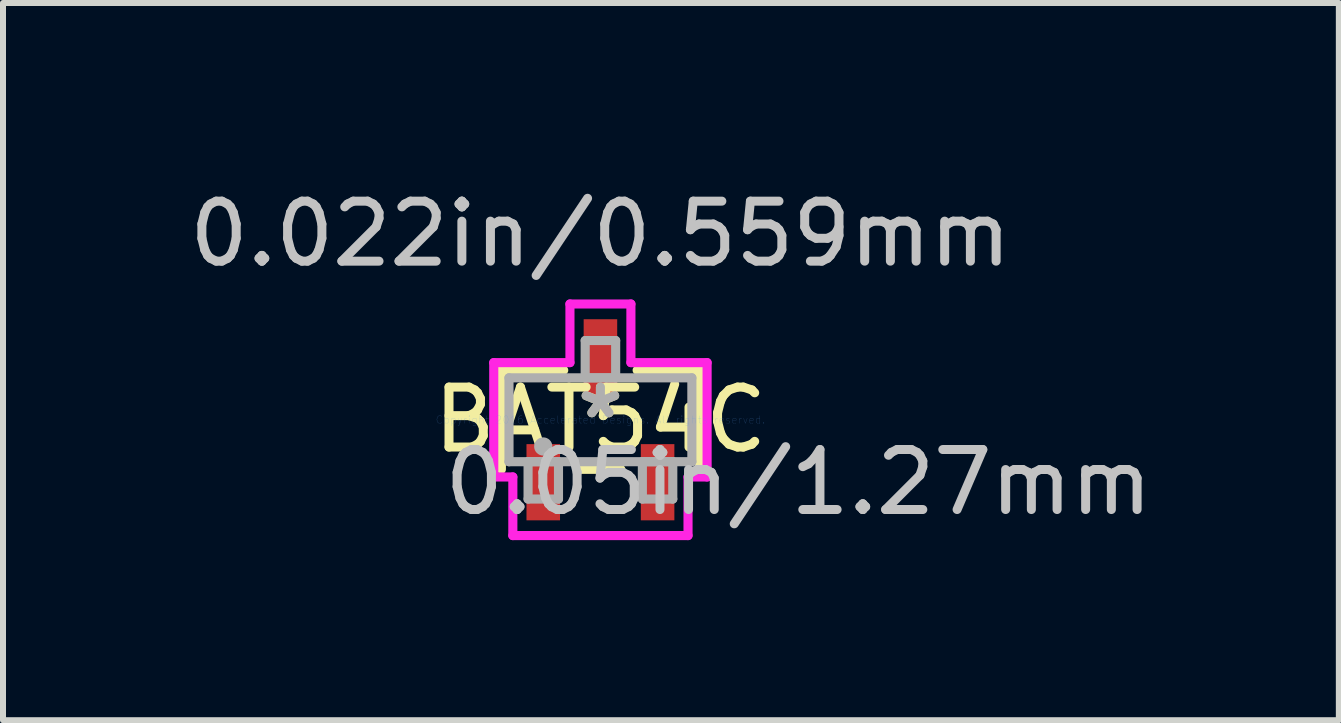
<source format=kicad_pcb>
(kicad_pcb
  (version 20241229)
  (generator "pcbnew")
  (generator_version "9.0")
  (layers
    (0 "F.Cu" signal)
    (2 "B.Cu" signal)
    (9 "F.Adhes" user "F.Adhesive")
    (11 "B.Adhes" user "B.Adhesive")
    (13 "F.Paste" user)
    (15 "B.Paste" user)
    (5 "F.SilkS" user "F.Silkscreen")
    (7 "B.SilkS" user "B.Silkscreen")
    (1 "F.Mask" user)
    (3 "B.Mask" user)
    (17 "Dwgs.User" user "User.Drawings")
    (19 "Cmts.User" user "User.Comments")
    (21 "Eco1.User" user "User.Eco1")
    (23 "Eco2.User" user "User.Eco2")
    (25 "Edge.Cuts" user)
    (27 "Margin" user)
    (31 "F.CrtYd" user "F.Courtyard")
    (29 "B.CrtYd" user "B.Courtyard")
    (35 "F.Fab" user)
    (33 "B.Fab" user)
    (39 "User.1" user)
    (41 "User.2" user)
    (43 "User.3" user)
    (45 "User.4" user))
  (footprint "BAT54C"
    (layer "F.Cu")
    (at 6.958 3.947)
    (property "Reference" "BAT54C" (at 0 0 0) (layer "F.SilkS") (effects (font (size 1 1) (thickness 0.15))))
    (attr through_hole)
    (fp_line (start -1.651 -0.826) (end -1.651 0.826) (stroke (width 0.152) (type solid)) (layer "F.SilkS"))
    (fp_line (start -0.612 -0.826) (end -1.651 -0.826) (stroke (width 0.152) (type solid)) (layer "F.SilkS"))
    (fp_line (start -0.34 0.826) (end 0.34 0.826) (stroke (width 0.152) (type solid)) (layer "F.SilkS"))
    (fp_line (start 1.651 -0.826) (end 0.612 -0.826) (stroke (width 0.152) (type solid)) (layer "F.SilkS"))
    (fp_line (start 1.651 0.826) (end 1.651 -0.826) (stroke (width 0.152) (type solid)) (layer "F.SilkS"))
    (fp_line (start -1.778 -0.953) (end -0.508 -0.953) (stroke (width 0.152) (type solid)) (layer "F.CrtYd"))
    (fp_line (start -1.778 0.953) (end -1.778 -0.953) (stroke (width 0.152) (type solid)) (layer "F.CrtYd"))
    (fp_line (start -1.46 0.953) (end -1.778 0.953) (stroke (width 0.152) (type solid)) (layer "F.CrtYd"))
    (fp_line (start -1.46 1.93) (end -1.46 0.953) (stroke (width 0.152) (type solid)) (layer "F.CrtYd"))
    (fp_line (start -0.508 -1.93) (end 0.508 -1.93) (stroke (width 0.152) (type solid)) (layer "F.CrtYd"))
    (fp_line (start -0.508 -0.953) (end -0.508 -1.93) (stroke (width 0.152) (type solid)) (layer "F.CrtYd"))
    (fp_line (start 0.508 -1.93) (end 0.508 -0.953) (stroke (width 0.152) (type solid)) (layer "F.CrtYd"))
    (fp_line (start 0.508 -0.953) (end 1.778 -0.953) (stroke (width 0.152) (type solid)) (layer "F.CrtYd"))
    (fp_line (start 1.46 0.953) (end 1.46 1.93) (stroke (width 0.152) (type solid)) (layer "F.CrtYd"))
    (fp_line (start 1.46 1.93) (end -1.46 1.93) (stroke (width 0.152) (type solid)) (layer "F.CrtYd"))
    (fp_line (start 1.778 -0.953) (end 1.778 0.953) (stroke (width 0.152) (type solid)) (layer "F.CrtYd"))
    (fp_line (start 1.778 0.953) (end 1.46 0.953) (stroke (width 0.152) (type solid)) (layer "F.CrtYd"))
    (fp_line (start -1.524 -0.699) (end -1.524 0.699) (stroke (width 0.152) (type solid)) (layer "F.Fab"))
    (fp_line (start -1.524 0.699) (end 1.524 0.699) (stroke (width 0.152) (type solid)) (layer "F.Fab"))
    (fp_line (start -1.206 0.699) (end -1.206 1.321) (stroke (width 0.152) (type solid)) (layer "F.Fab"))
    (fp_line (start -1.206 1.321) (end -0.699 1.321) (stroke (width 0.152) (type solid)) (layer "F.Fab"))
    (fp_line (start -0.699 0.699) (end -1.206 0.699) (stroke (width 0.152) (type solid)) (layer "F.Fab"))
    (fp_line (start -0.699 1.321) (end -0.699 0.699) (stroke (width 0.152) (type solid)) (layer "F.Fab"))
    (fp_line (start -0.254 -1.321) (end -0.254 -0.699) (stroke (width 0.152) (type solid)) (layer "F.Fab"))
    (fp_line (start -0.254 -0.699) (end 0.254 -0.699) (stroke (width 0.152) (type solid)) (layer "F.Fab"))
    (fp_line (start 0.254 -1.321) (end -0.254 -1.321) (stroke (width 0.152) (type solid)) (layer "F.Fab"))
    (fp_line (start 0.254 -0.699) (end 0.254 -1.321) (stroke (width 0.152) (type solid)) (layer "F.Fab"))
    (fp_line (start 0.699 0.699) (end 0.699 1.321) (stroke (width 0.152) (type solid)) (layer "F.Fab"))
    (fp_line (start 0.699 1.321) (end 1.206 1.321) (stroke (width 0.152) (type solid)) (layer "F.Fab"))
    (fp_line (start 1.206 0.699) (end 0.699 0.699) (stroke (width 0.152) (type solid)) (layer "F.Fab"))
    (fp_line (start 1.206 1.321) (end 1.206 0.699) (stroke (width 0.152) (type solid)) (layer "F.Fab"))
    (fp_line (start 1.524 -0.699) (end -1.524 -0.699) (stroke (width 0.152) (type solid)) (layer "F.Fab"))
    (fp_line (start 1.524 0.699) (end 1.524 -0.699) (stroke (width 0.152) (type solid)) (layer "F.Fab"))
    (fp_circle (center -0.953 0.445) (end -0.953 0.445) (stroke (width 0.152) (type solid)) (fill no) (layer "F.Fab"))
    (fp_text user "*" (at 0 0 0) (layer "F.SilkS") (effects (font (size 1 1) (thickness 0.15))))
    (fp_text user "0.022in/0.559mm" (at 0 -3.099 0) (layer "Dwgs.User") (effects (font (size 1 1) (thickness 0.15))))
    (fp_text user "0.05in/1.27mm" (at 3.302 1.041 0) (layer "Dwgs.User") (effects (font (size 1 1) (thickness 0.15))))
    (fp_text user "Copyright 2016 Accelerated Designs. All rights reserved." (at 0 0 0) (layer "Cmts.User") (effects (font (size 0.127 0.127) (thickness 0.002))))
    (fp_text user "*" (at 0 0 0) (layer "F.Fab") (effects (font (size 1 1) (thickness 0.15))))
    (pad "1" smd rect (at -0.953 1.041) (size 0.559 1.27) (layers "F.Cu" "F.Mask" "F.Paste"))
    (pad "2" smd rect (at 0.953 1.041) (size 0.559 1.27) (layers "F.Cu" "F.Mask" "F.Paste"))
    (pad "3" smd rect (at 0 -1.041) (size 0.559 1.27) (layers "F.Cu" "F.Mask" "F.Paste")))
  (gr_rect
    (start -3 -3)
    (end 19.266 8.954)
    (stroke (width 0.1) (type default))
    (fill no)
    (layer "Edge.Cuts")))
</source>
